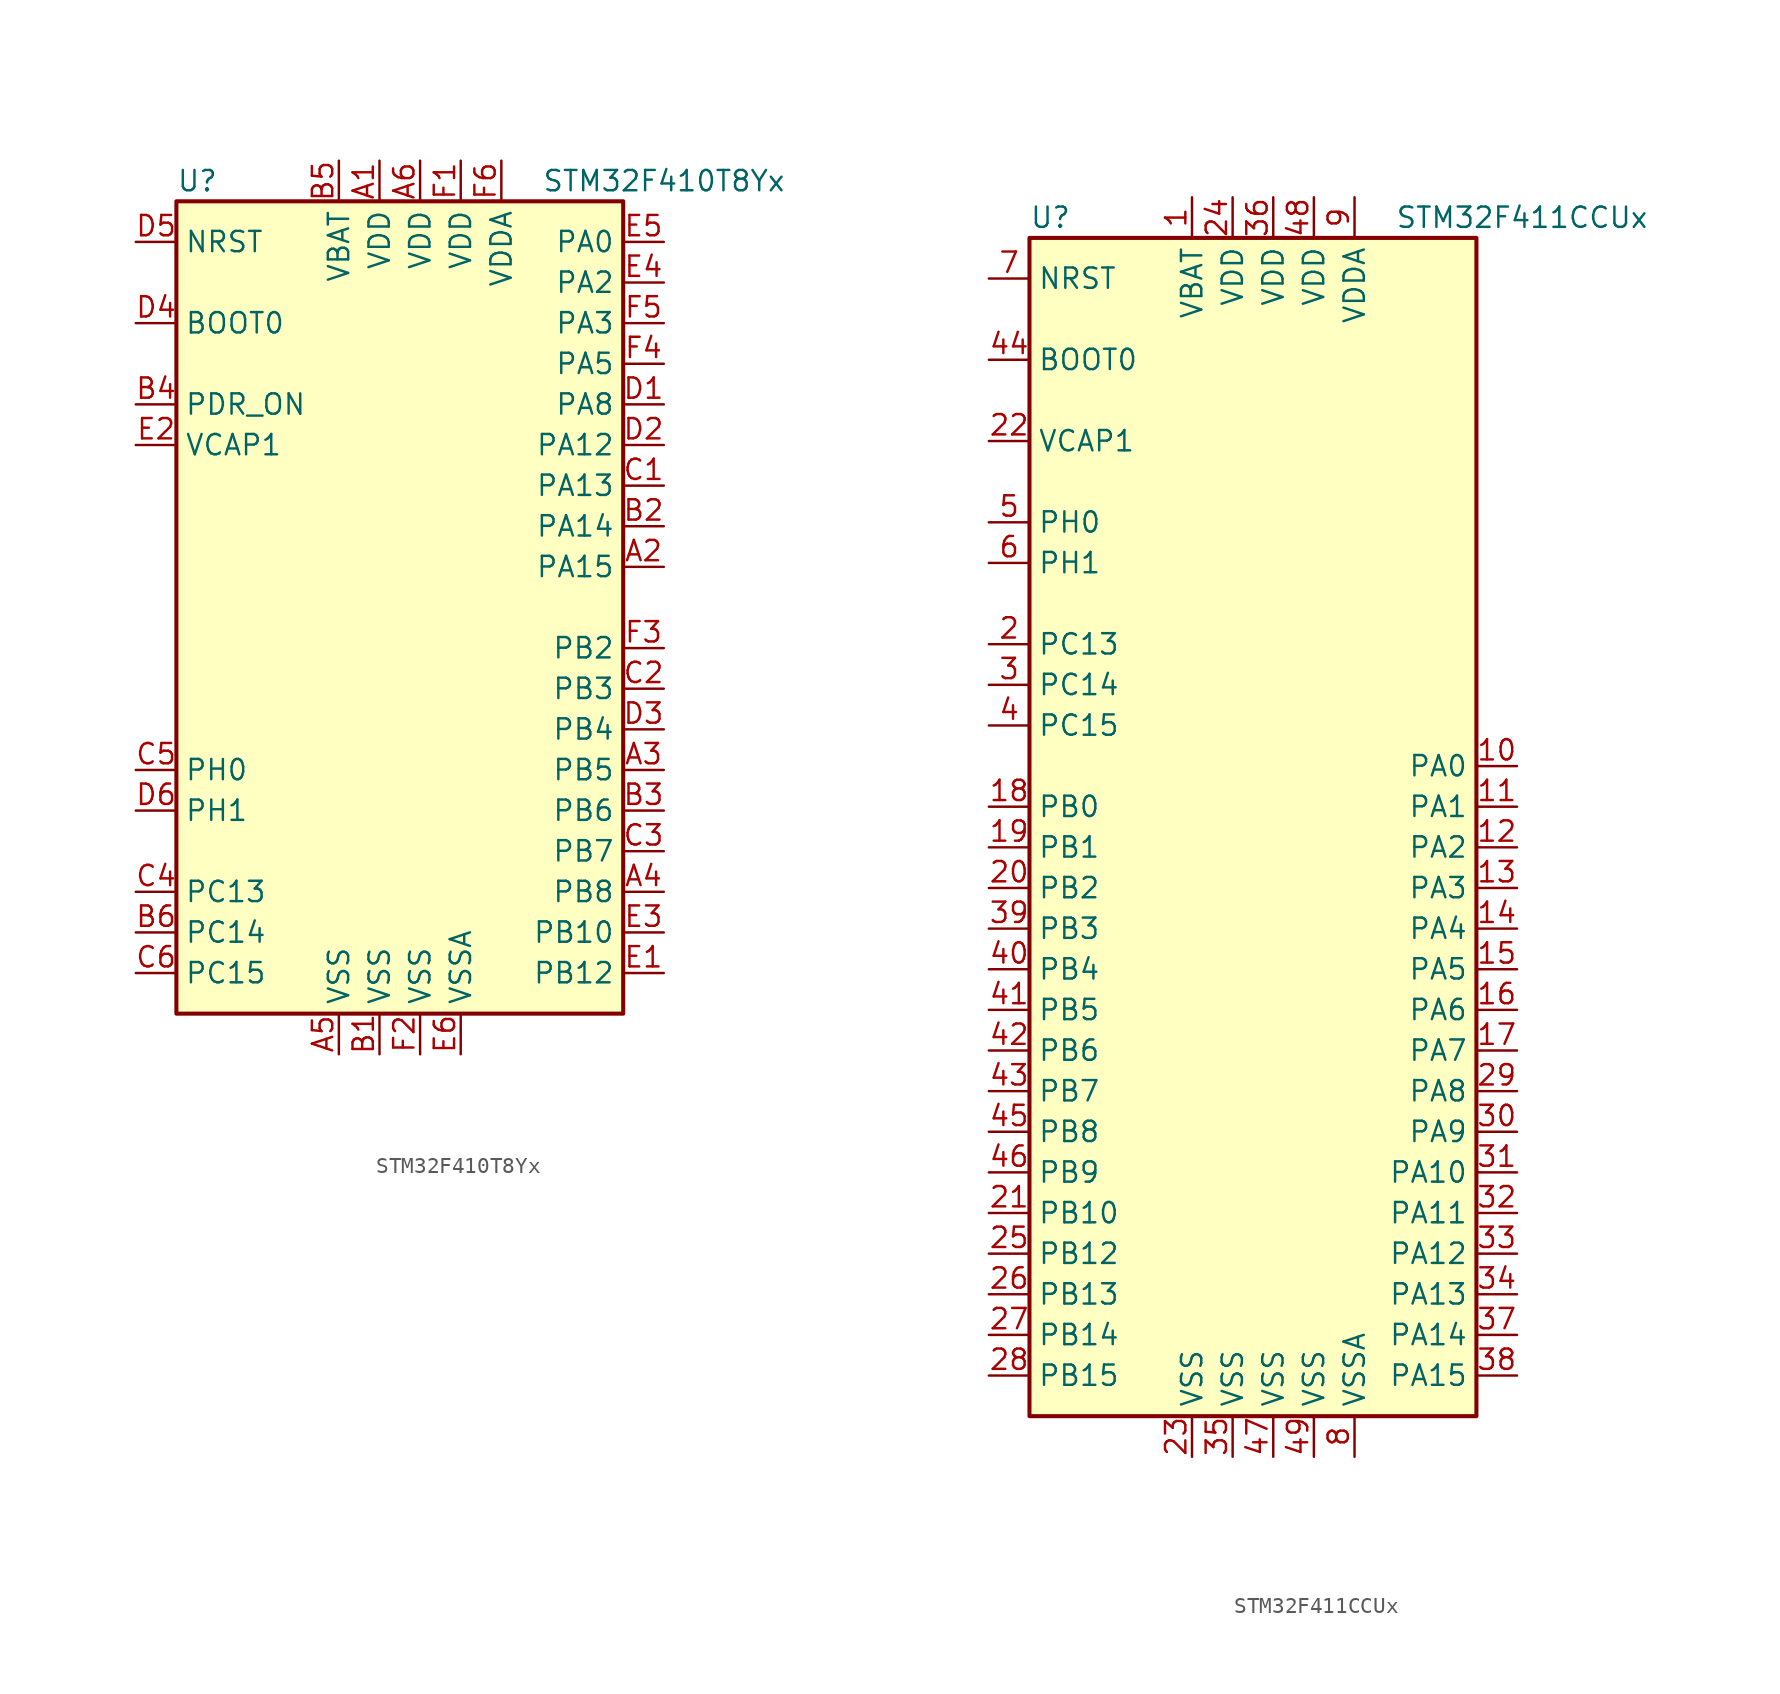
<source format=kicad_sym>
(kicad_symbol_lib
  (version 20201005)
  (generator kicad_symbol_editor)
  (symbol "MCU_ST_STM32F4:STM32F410T8Yx"
    (property "Reference" "U"
      (at -15.24 26.67 0)
      (effects (font (size 1.27 1.27)) (justify left)))
    (property "Value" "STM32F410T8Yx"
      (at 7.62 26.67 0)
      (effects (font (size 1.27 1.27)) (justify left)))
    (symbol "STM32F410T8Yx_0_1"
      (rectangle (start -15.24 -25.4) (end 12.7 25.4) (stroke (width 0.254)) (fill (type background))))
    (symbol "STM32F410T8Yx_1_1"
      (pin input line (at -17.78 17.78 0) (length 2.54) (name "BOOT0" (effects (font (size 1.27 1.27)))) (number "D4" (effects (font (size 1.27 1.27)))))
      (pin input line (at -17.78 22.86 0) (length 2.54) (name "NRST" (effects (font (size 1.27 1.27)))) (number "D5" (effects (font (size 1.27 1.27)))))
      (pin bidirectional line (at 15.24 22.86 180) (length 2.54) (name "PA0" (effects (font (size 1.27 1.27)))) (number "E5" (effects (font (size 1.27 1.27)))))
      (pin bidirectional line (at 15.24 10.16 180) (length 2.54) (name "PA12" (effects (font (size 1.27 1.27)))) (number "D2" (effects (font (size 1.27 1.27)))))
      (pin bidirectional line (at 15.24 7.62 180) (length 2.54) (name "PA13" (effects (font (size 1.27 1.27)))) (number "C1" (effects (font (size 1.27 1.27)))))
      (pin bidirectional line (at 15.24 5.08 180) (length 2.54) (name "PA14" (effects (font (size 1.27 1.27)))) (number "B2" (effects (font (size 1.27 1.27)))))
      (pin bidirectional line (at 15.24 2.54 180) (length 2.54) (name "PA15" (effects (font (size 1.27 1.27)))) (number "A2" (effects (font (size 1.27 1.27)))))
      (pin bidirectional line (at 15.24 20.32 180) (length 2.54) (name "PA2" (effects (font (size 1.27 1.27)))) (number "E4" (effects (font (size 1.27 1.27)))))
      (pin bidirectional line (at 15.24 17.78 180) (length 2.54) (name "PA3" (effects (font (size 1.27 1.27)))) (number "F5" (effects (font (size 1.27 1.27)))))
      (pin bidirectional line (at 15.24 15.24 180) (length 2.54) (name "PA5" (effects (font (size 1.27 1.27)))) (number "F4" (effects (font (size 1.27 1.27)))))
      (pin bidirectional line (at 15.24 12.7 180) (length 2.54) (name "PA8" (effects (font (size 1.27 1.27)))) (number "D1" (effects (font (size 1.27 1.27)))))
      (pin bidirectional line (at 15.24 -20.32 180) (length 2.54) (name "PB10" (effects (font (size 1.27 1.27)))) (number "E3" (effects (font (size 1.27 1.27)))))
      (pin bidirectional line (at 15.24 -22.86 180) (length 2.54) (name "PB12" (effects (font (size 1.27 1.27)))) (number "E1" (effects (font (size 1.27 1.27)))))
      (pin bidirectional line (at 15.24 -2.54 180) (length 2.54) (name "PB2" (effects (font (size 1.27 1.27)))) (number "F3" (effects (font (size 1.27 1.27)))))
      (pin bidirectional line (at 15.24 -5.08 180) (length 2.54) (name "PB3" (effects (font (size 1.27 1.27)))) (number "C2" (effects (font (size 1.27 1.27)))))
      (pin bidirectional line (at 15.24 -7.62 180) (length 2.54) (name "PB4" (effects (font (size 1.27 1.27)))) (number "D3" (effects (font (size 1.27 1.27)))))
      (pin bidirectional line (at 15.24 -10.16 180) (length 2.54) (name "PB5" (effects (font (size 1.27 1.27)))) (number "A3" (effects (font (size 1.27 1.27)))))
      (pin bidirectional line (at 15.24 -12.7 180) (length 2.54) (name "PB6" (effects (font (size 1.27 1.27)))) (number "B3" (effects (font (size 1.27 1.27)))))
      (pin bidirectional line (at 15.24 -15.24 180) (length 2.54) (name "PB7" (effects (font (size 1.27 1.27)))) (number "C3" (effects (font (size 1.27 1.27)))))
      (pin bidirectional line (at 15.24 -17.78 180) (length 2.54) (name "PB8" (effects (font (size 1.27 1.27)))) (number "A4" (effects (font (size 1.27 1.27)))))
      (pin bidirectional line (at -17.78 -17.78 0) (length 2.54) (name "PC13" (effects (font (size 1.27 1.27)))) (number "C4" (effects (font (size 1.27 1.27)))))
      (pin bidirectional line (at -17.78 -20.32 0) (length 2.54) (name "PC14" (effects (font (size 1.27 1.27)))) (number "B6" (effects (font (size 1.27 1.27)))))
      (pin bidirectional line (at -17.78 -22.86 0) (length 2.54) (name "PC15" (effects (font (size 1.27 1.27)))) (number "C6" (effects (font (size 1.27 1.27)))))
      (pin power_in line (at -17.78 12.7 0) (length 2.54) (name "PDR_ON" (effects (font (size 1.27 1.27)))) (number "B4" (effects (font (size 1.27 1.27)))))
      (pin input line (at -17.78 -10.16 0) (length 2.54) (name "PH0" (effects (font (size 1.27 1.27)))) (number "C5" (effects (font (size 1.27 1.27)))))
      (pin input line (at -17.78 -12.7 0) (length 2.54) (name "PH1" (effects (font (size 1.27 1.27)))) (number "D6" (effects (font (size 1.27 1.27)))))
      (pin power_in line (at -5.08 27.94 270) (length 2.54) (name "VBAT" (effects (font (size 1.27 1.27)))) (number "B5" (effects (font (size 1.27 1.27)))))
      (pin power_in line (at -17.78 10.16 0) (length 2.54) (name "VCAP1" (effects (font (size 1.27 1.27)))) (number "E2" (effects (font (size 1.27 1.27)))))
      (pin power_in line (at -2.54 27.94 270) (length 2.54) (name "VDD" (effects (font (size 1.27 1.27)))) (number "A1" (effects (font (size 1.27 1.27)))))
      (pin power_in line (at 0 27.94 270) (length 2.54) (name "VDD" (effects (font (size 1.27 1.27)))) (number "A6" (effects (font (size 1.27 1.27)))))
      (pin power_in line (at 2.54 27.94 270) (length 2.54) (name "VDD" (effects (font (size 1.27 1.27)))) (number "F1" (effects (font (size 1.27 1.27)))))
      (pin power_in line (at 5.08 27.94 270) (length 2.54) (name "VDDA" (effects (font (size 1.27 1.27)))) (number "F6" (effects (font (size 1.27 1.27)))))
      (pin power_in line (at -5.08 -27.94 90) (length 2.54) (name "VSS" (effects (font (size 1.27 1.27)))) (number "A5" (effects (font (size 1.27 1.27)))))
      (pin power_in line (at -2.54 -27.94 90) (length 2.54) (name "VSS" (effects (font (size 1.27 1.27)))) (number "B1" (effects (font (size 1.27 1.27)))))
      (pin power_in line (at 0 -27.94 90) (length 2.54) (name "VSS" (effects (font (size 1.27 1.27)))) (number "F2" (effects (font (size 1.27 1.27)))))
      (pin power_in line (at 2.54 -27.94 90) (length 2.54) (name "VSSA" (effects (font (size 1.27 1.27)))) (number "E6" (effects (font (size 1.27 1.27)))))))
  (symbol "MCU_ST_STM32F4:STM32F411CCUx"
    (property "Reference" "U"
      (at -15.24 36.83 0)
      (effects (font (size 1.27 1.27)) (justify left)))
    (property "Value" "STM32F411CCUx"
      (at 7.62 36.83 0)
      (effects (font (size 1.27 1.27)) (justify left)))
    (symbol "STM32F411CCUx_0_1"
      (rectangle (start -15.24 -38.1) (end 12.7 35.56) (stroke (width 0.254)) (fill (type background))))
    (symbol "STM32F411CCUx_1_1"
      (pin input line (at -17.78 27.94 0) (length 2.54) (name "BOOT0" (effects (font (size 1.27 1.27)))) (number "44" (effects (font (size 1.27 1.27)))))
      (pin input line (at -17.78 33.02 0) (length 2.54) (name "NRST" (effects (font (size 1.27 1.27)))) (number "7" (effects (font (size 1.27 1.27)))))
      (pin bidirectional line (at 15.24 2.54 180) (length 2.54) (name "PA0" (effects (font (size 1.27 1.27)))) (number "10" (effects (font (size 1.27 1.27)))))
      (pin bidirectional line (at 15.24 0 180) (length 2.54) (name "PA1" (effects (font (size 1.27 1.27)))) (number "11" (effects (font (size 1.27 1.27)))))
      (pin bidirectional line (at 15.24 -22.86 180) (length 2.54) (name "PA10" (effects (font (size 1.27 1.27)))) (number "31" (effects (font (size 1.27 1.27)))))
      (pin bidirectional line (at 15.24 -25.4 180) (length 2.54) (name "PA11" (effects (font (size 1.27 1.27)))) (number "32" (effects (font (size 1.27 1.27)))))
      (pin bidirectional line (at 15.24 -27.94 180) (length 2.54) (name "PA12" (effects (font (size 1.27 1.27)))) (number "33" (effects (font (size 1.27 1.27)))))
      (pin bidirectional line (at 15.24 -30.48 180) (length 2.54) (name "PA13" (effects (font (size 1.27 1.27)))) (number "34" (effects (font (size 1.27 1.27)))))
      (pin bidirectional line (at 15.24 -33.02 180) (length 2.54) (name "PA14" (effects (font (size 1.27 1.27)))) (number "37" (effects (font (size 1.27 1.27)))))
      (pin bidirectional line (at 15.24 -35.56 180) (length 2.54) (name "PA15" (effects (font (size 1.27 1.27)))) (number "38" (effects (font (size 1.27 1.27)))))
      (pin bidirectional line (at 15.24 -2.54 180) (length 2.54) (name "PA2" (effects (font (size 1.27 1.27)))) (number "12" (effects (font (size 1.27 1.27)))))
      (pin bidirectional line (at 15.24 -5.08 180) (length 2.54) (name "PA3" (effects (font (size 1.27 1.27)))) (number "13" (effects (font (size 1.27 1.27)))))
      (pin bidirectional line (at 15.24 -7.62 180) (length 2.54) (name "PA4" (effects (font (size 1.27 1.27)))) (number "14" (effects (font (size 1.27 1.27)))))
      (pin bidirectional line (at 15.24 -10.16 180) (length 2.54) (name "PA5" (effects (font (size 1.27 1.27)))) (number "15" (effects (font (size 1.27 1.27)))))
      (pin bidirectional line (at 15.24 -12.7 180) (length 2.54) (name "PA6" (effects (font (size 1.27 1.27)))) (number "16" (effects (font (size 1.27 1.27)))))
      (pin bidirectional line (at 15.24 -15.24 180) (length 2.54) (name "PA7" (effects (font (size 1.27 1.27)))) (number "17" (effects (font (size 1.27 1.27)))))
      (pin bidirectional line (at 15.24 -17.78 180) (length 2.54) (name "PA8" (effects (font (size 1.27 1.27)))) (number "29" (effects (font (size 1.27 1.27)))))
      (pin bidirectional line (at 15.24 -20.32 180) (length 2.54) (name "PA9" (effects (font (size 1.27 1.27)))) (number "30" (effects (font (size 1.27 1.27)))))
      (pin bidirectional line (at -17.78 0 0) (length 2.54) (name "PB0" (effects (font (size 1.27 1.27)))) (number "18" (effects (font (size 1.27 1.27)))))
      (pin bidirectional line (at -17.78 -2.54 0) (length 2.54) (name "PB1" (effects (font (size 1.27 1.27)))) (number "19" (effects (font (size 1.27 1.27)))))
      (pin bidirectional line (at -17.78 -25.4 0) (length 2.54) (name "PB10" (effects (font (size 1.27 1.27)))) (number "21" (effects (font (size 1.27 1.27)))))
      (pin bidirectional line (at -17.78 -27.94 0) (length 2.54) (name "PB12" (effects (font (size 1.27 1.27)))) (number "25" (effects (font (size 1.27 1.27)))))
      (pin bidirectional line (at -17.78 -30.48 0) (length 2.54) (name "PB13" (effects (font (size 1.27 1.27)))) (number "26" (effects (font (size 1.27 1.27)))))
      (pin bidirectional line (at -17.78 -33.02 0) (length 2.54) (name "PB14" (effects (font (size 1.27 1.27)))) (number "27" (effects (font (size 1.27 1.27)))))
      (pin bidirectional line (at -17.78 -35.56 0) (length 2.54) (name "PB15" (effects (font (size 1.27 1.27)))) (number "28" (effects (font (size 1.27 1.27)))))
      (pin bidirectional line (at -17.78 -5.08 0) (length 2.54) (name "PB2" (effects (font (size 1.27 1.27)))) (number "20" (effects (font (size 1.27 1.27)))))
      (pin bidirectional line (at -17.78 -7.62 0) (length 2.54) (name "PB3" (effects (font (size 1.27 1.27)))) (number "39" (effects (font (size 1.27 1.27)))))
      (pin bidirectional line (at -17.78 -10.16 0) (length 2.54) (name "PB4" (effects (font (size 1.27 1.27)))) (number "40" (effects (font (size 1.27 1.27)))))
      (pin bidirectional line (at -17.78 -12.7 0) (length 2.54) (name "PB5" (effects (font (size 1.27 1.27)))) (number "41" (effects (font (size 1.27 1.27)))))
      (pin bidirectional line (at -17.78 -15.24 0) (length 2.54) (name "PB6" (effects (font (size 1.27 1.27)))) (number "42" (effects (font (size 1.27 1.27)))))
      (pin bidirectional line (at -17.78 -17.78 0) (length 2.54) (name "PB7" (effects (font (size 1.27 1.27)))) (number "43" (effects (font (size 1.27 1.27)))))
      (pin bidirectional line (at -17.78 -20.32 0) (length 2.54) (name "PB8" (effects (font (size 1.27 1.27)))) (number "45" (effects (font (size 1.27 1.27)))))
      (pin bidirectional line (at -17.78 -22.86 0) (length 2.54) (name "PB9" (effects (font (size 1.27 1.27)))) (number "46" (effects (font (size 1.27 1.27)))))
      (pin bidirectional line (at -17.78 10.16 0) (length 2.54) (name "PC13" (effects (font (size 1.27 1.27)))) (number "2" (effects (font (size 1.27 1.27)))))
      (pin bidirectional line (at -17.78 7.62 0) (length 2.54) (name "PC14" (effects (font (size 1.27 1.27)))) (number "3" (effects (font (size 1.27 1.27)))))
      (pin bidirectional line (at -17.78 5.08 0) (length 2.54) (name "PC15" (effects (font (size 1.27 1.27)))) (number "4" (effects (font (size 1.27 1.27)))))
      (pin input line (at -17.78 17.78 0) (length 2.54) (name "PH0" (effects (font (size 1.27 1.27)))) (number "5" (effects (font (size 1.27 1.27)))))
      (pin input line (at -17.78 15.24 0) (length 2.54) (name "PH1" (effects (font (size 1.27 1.27)))) (number "6" (effects (font (size 1.27 1.27)))))
      (pin power_in line (at -5.08 38.1 270) (length 2.54) (name "VBAT" (effects (font (size 1.27 1.27)))) (number "1" (effects (font (size 1.27 1.27)))))
      (pin power_in line (at -17.78 22.86 0) (length 2.54) (name "VCAP1" (effects (font (size 1.27 1.27)))) (number "22" (effects (font (size 1.27 1.27)))))
      (pin power_in line (at -2.54 38.1 270) (length 2.54) (name "VDD" (effects (font (size 1.27 1.27)))) (number "24" (effects (font (size 1.27 1.27)))))
      (pin power_in line (at 0 38.1 270) (length 2.54) (name "VDD" (effects (font (size 1.27 1.27)))) (number "36" (effects (font (size 1.27 1.27)))))
      (pin power_in line (at 2.54 38.1 270) (length 2.54) (name "VDD" (effects (font (size 1.27 1.27)))) (number "48" (effects (font (size 1.27 1.27)))))
      (pin power_in line (at 5.08 38.1 270) (length 2.54) (name "VDDA" (effects (font (size 1.27 1.27)))) (number "9" (effects (font (size 1.27 1.27)))))
      (pin power_in line (at -5.08 -40.64 90) (length 2.54) (name "VSS" (effects (font (size 1.27 1.27)))) (number "23" (effects (font (size 1.27 1.27)))))
      (pin power_in line (at -2.54 -40.64 90) (length 2.54) (name "VSS" (effects (font (size 1.27 1.27)))) (number "35" (effects (font (size 1.27 1.27)))))
      (pin power_in line (at 0 -40.64 90) (length 2.54) (name "VSS" (effects (font (size 1.27 1.27)))) (number "47" (effects (font (size 1.27 1.27)))))
      (pin power_in line (at 2.54 -40.64 90) (length 2.54) (name "VSS" (effects (font (size 1.27 1.27)))) (number "49" (effects (font (size 1.27 1.27)))))
      (pin power_in line (at 5.08 -40.64 90) (length 2.54) (name "VSSA" (effects (font (size 1.27 1.27)))) (number "8" (effects (font (size 1.27 1.27))))))))
</source>
